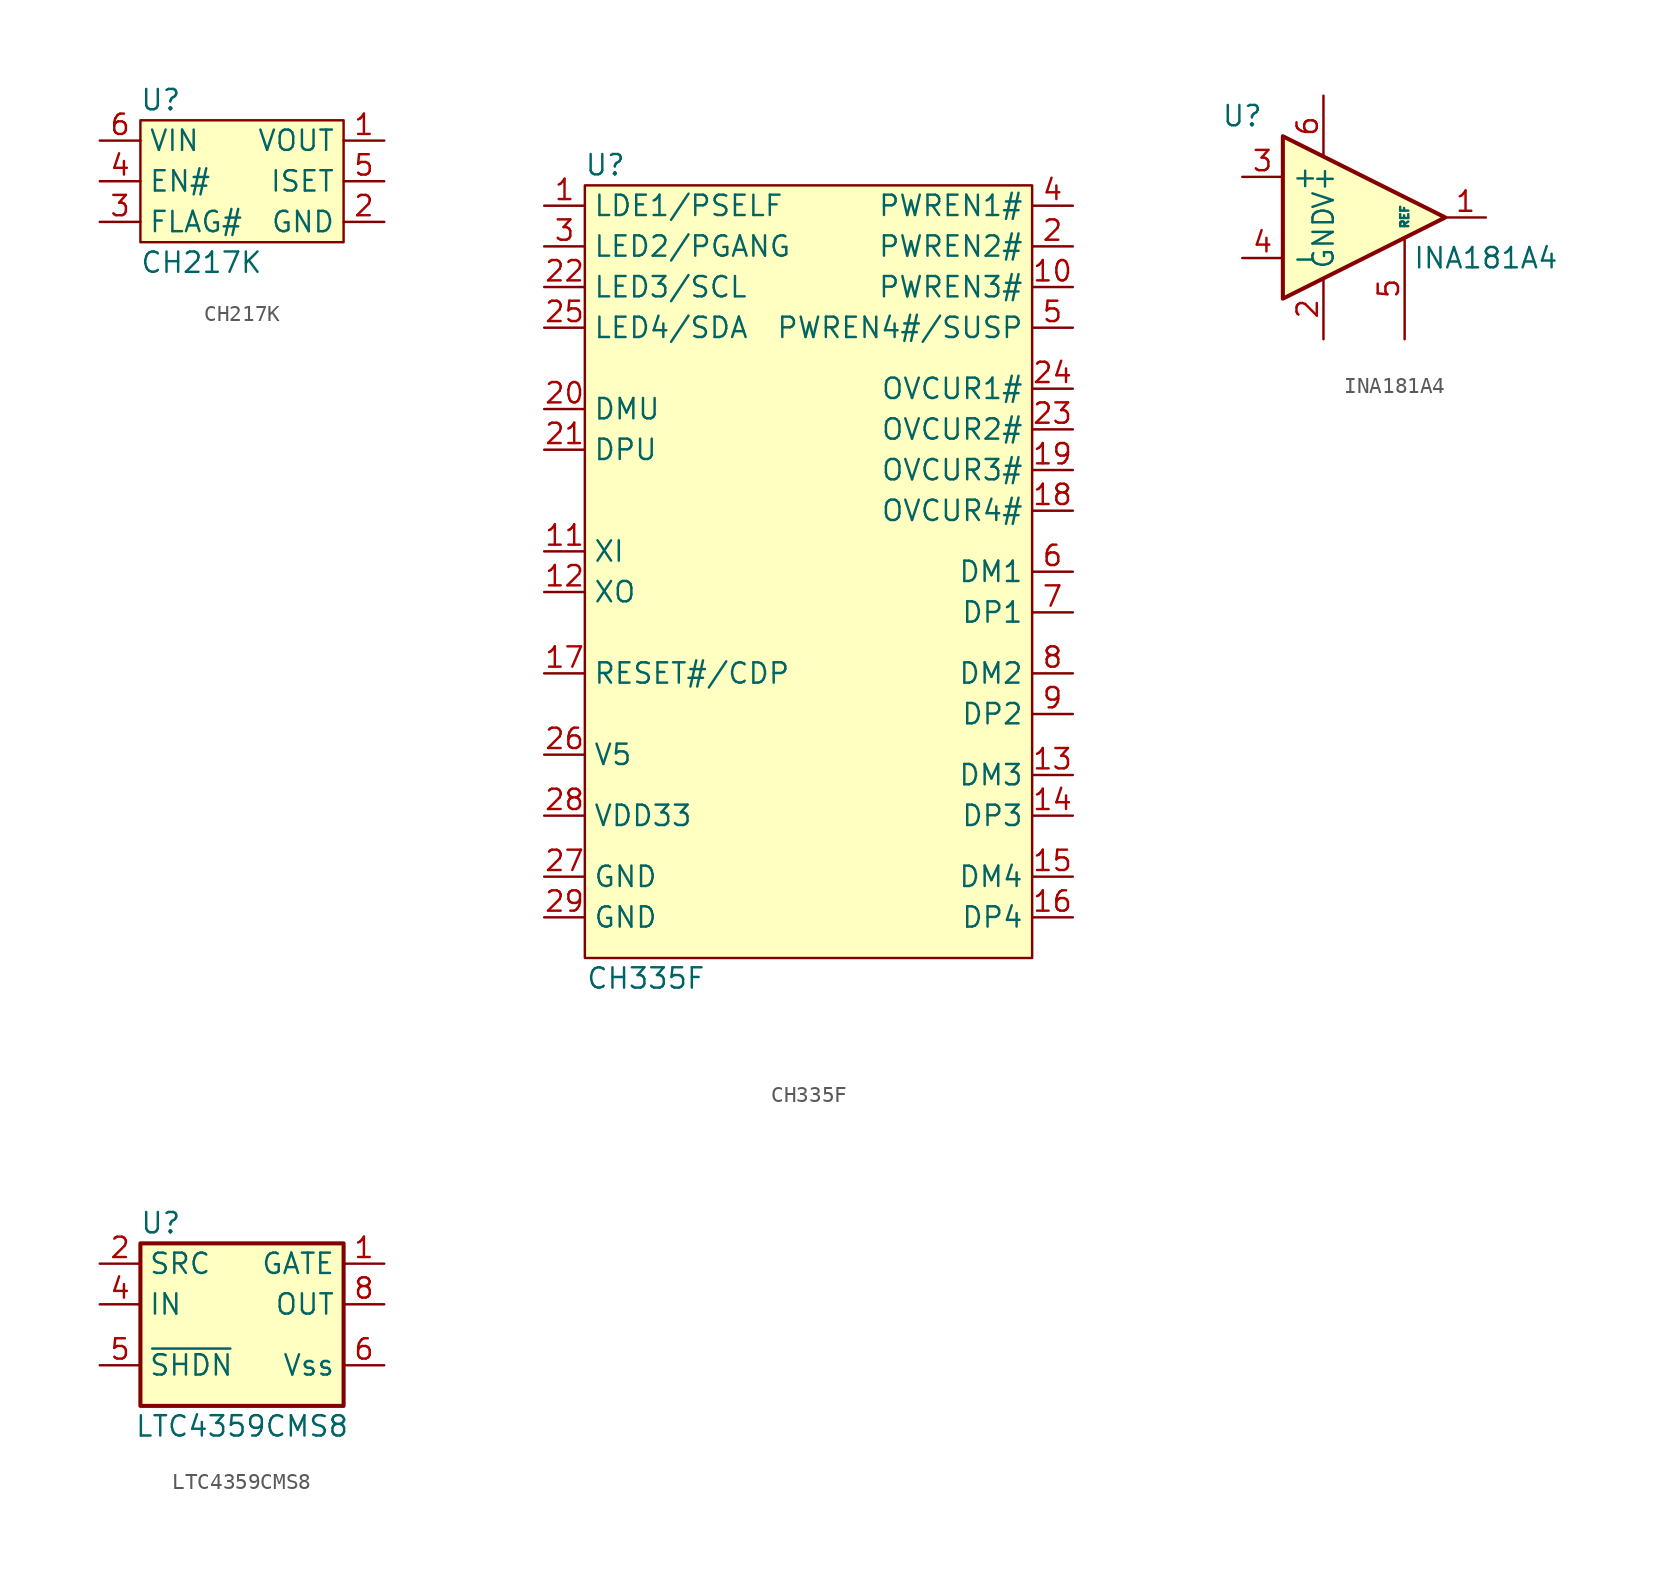
<source format=kicad_sym>
(kicad_symbol_lib
  (version 20220914)
  (generator kicad_symbol_editor)
  (symbol "CH217K"
    (property "Reference" "U"
      (at -5.08 5.08 0)
      (effects (font (size 1.27 1.27))))
    (property "Value" "CH217K"
      (at -2.54 -5.08 0)
      (effects (font (size 1.27 1.27))))
    (symbol "CH217K_0_0"
      (pin passive line (at 8.89 2.54 180) (length 2.54) (name "VOUT" (effects (font (size 1.27 1.27)))) (number "1" (effects (font (size 1.27 1.27)))))
      (pin passive line (at 8.89 -2.54 180) (length 2.54) (name "GND" (effects (font (size 1.27 1.27)))) (number "2" (effects (font (size 1.27 1.27)))))
      (pin output line (at -8.89 -2.54 0) (length 2.54) (name "FLAG#" (effects (font (size 1.27 1.27)))) (number "3" (effects (font (size 1.27 1.27)))))
      (pin input line (at -8.89 0 0) (length 2.54) (name "EN#" (effects (font (size 1.27 1.27)))) (number "4" (effects (font (size 1.27 1.27)))))
      (pin passive line (at 8.89 0 180) (length 2.54) (name "ISET" (effects (font (size 1.27 1.27)))) (number "5" (effects (font (size 1.27 1.27)))))
      (pin passive line (at -8.89 2.54 0) (length 2.54) (name "VIN" (effects (font (size 1.27 1.27)))) (number "6" (effects (font (size 1.27 1.27))))))
    (symbol "CH217K_1_1"
      (rectangle (start -6.35 3.81) (end 6.35 -3.81) (stroke (width 0) (type default)) (fill (type background)))))
  (symbol "CH335F"
    (property "Reference" "U"
      (at -12.7 25.4 0)
      (effects (font (size 1.27 1.27))))
    (property "Value" "CH335F"
      (at -10.16 -25.4 0)
      (effects (font (size 1.27 1.27))))
    (symbol "CH335F_1_0"
      (pin output line (at 16.51 17.78 180) (length 2.54) (name "PWREN3#" (effects (font (size 1.27 1.27)))) (number "10" (effects (font (size 1.27 1.27)))))
      (pin passive line (at -16.51 1.27 0) (length 2.54) (name "XI" (effects (font (size 1.27 1.27)))) (number "11" (effects (font (size 1.27 1.27)))))
      (pin passive line (at -16.51 -1.27 0) (length 2.54) (name "XO" (effects (font (size 1.27 1.27)))) (number "12" (effects (font (size 1.27 1.27)))))
      (pin bidirectional line (at 16.51 -12.7 180) (length 2.54) (name "DM3" (effects (font (size 1.27 1.27)))) (number "13" (effects (font (size 1.27 1.27)))))
      (pin bidirectional line (at 16.51 -15.24 180) (length 2.54) (name "DP3" (effects (font (size 1.27 1.27)))) (number "14" (effects (font (size 1.27 1.27)))))
      (pin bidirectional line (at 16.51 -19.05 180) (length 2.54) (name "DM4" (effects (font (size 1.27 1.27)))) (number "15" (effects (font (size 1.27 1.27)))))
      (pin bidirectional line (at 16.51 -21.59 180) (length 2.54) (name "DP4" (effects (font (size 1.27 1.27)))) (number "16" (effects (font (size 1.27 1.27)))))
      (pin bidirectional line (at -16.51 -6.35 0) (length 2.54) (name "RESET#/CDP" (effects (font (size 1.27 1.27)))) (number "17" (effects (font (size 1.27 1.27)))))
      (pin input line (at 16.51 3.81 180) (length 2.54) (name "OVCUR4#" (effects (font (size 1.27 1.27)))) (number "18" (effects (font (size 1.27 1.27)))))
      (pin input line (at 16.51 6.35 180) (length 2.54) (name "OVCUR3#" (effects (font (size 1.27 1.27)))) (number "19" (effects (font (size 1.27 1.27)))))
      (pin output line (at 16.51 20.32 180) (length 2.54) (name "PWREN2#" (effects (font (size 1.27 1.27)))) (number "2" (effects (font (size 1.27 1.27)))))
      (pin bidirectional line (at -16.51 10.16 0) (length 2.54) (name "DMU" (effects (font (size 1.27 1.27)))) (number "20" (effects (font (size 1.27 1.27)))))
      (pin bidirectional line (at -16.51 7.62 0) (length 2.54) (name "DPU" (effects (font (size 1.27 1.27)))) (number "21" (effects (font (size 1.27 1.27)))))
      (pin bidirectional line (at -16.51 17.78 0) (length 2.54) (name "LED3/SCL" (effects (font (size 1.27 1.27)))) (number "22" (effects (font (size 1.27 1.27)))))
      (pin input line (at 16.51 8.89 180) (length 2.54) (name "OVCUR2#" (effects (font (size 1.27 1.27)))) (number "23" (effects (font (size 1.27 1.27)))))
      (pin input line (at 16.51 11.43 180) (length 2.54) (name "OVCUR1#" (effects (font (size 1.27 1.27)))) (number "24" (effects (font (size 1.27 1.27)))))
      (pin bidirectional line (at -16.51 15.24 0) (length 2.54) (name "LED4/SDA" (effects (font (size 1.27 1.27)))) (number "25" (effects (font (size 1.27 1.27)))))
      (pin passive line (at -16.51 -11.43 0) (length 2.54) (name "V5" (effects (font (size 1.27 1.27)))) (number "26" (effects (font (size 1.27 1.27)))))
      (pin passive line (at -16.51 -19.05 0) (length 2.54) (name "GND" (effects (font (size 1.27 1.27)))) (number "27" (effects (font (size 1.27 1.27)))))
      (pin passive line (at -16.51 -15.24 0) (length 2.54) (name "VDD33" (effects (font (size 1.27 1.27)))) (number "28" (effects (font (size 1.27 1.27)))))
      (pin passive line (at -16.51 -21.59 0) (length 2.54) (name "GND" (effects (font (size 1.27 1.27)))) (number "29" (effects (font (size 1.27 1.27)))))
      (pin bidirectional line (at -16.51 20.32 0) (length 2.54) (name "LED2/PGANG" (effects (font (size 1.27 1.27)))) (number "3" (effects (font (size 1.27 1.27)))))
      (pin output line (at 16.51 22.86 180) (length 2.54) (name "PWREN1#" (effects (font (size 1.27 1.27)))) (number "4" (effects (font (size 1.27 1.27)))))
      (pin output line (at 16.51 15.24 180) (length 2.54) (name "PWREN4#/SUSP" (effects (font (size 1.27 1.27)))) (number "5" (effects (font (size 1.27 1.27)))))
      (pin bidirectional line (at 16.51 0 180) (length 2.54) (name "DM1" (effects (font (size 1.27 1.27)))) (number "6" (effects (font (size 1.27 1.27)))))
      (pin bidirectional line (at 16.51 -2.54 180) (length 2.54) (name "DP1" (effects (font (size 1.27 1.27)))) (number "7" (effects (font (size 1.27 1.27)))))
      (pin bidirectional line (at 16.51 -6.35 180) (length 2.54) (name "DM2" (effects (font (size 1.27 1.27)))) (number "8" (effects (font (size 1.27 1.27)))))
      (pin bidirectional line (at 16.51 -8.89 180) (length 2.54) (name "DP2" (effects (font (size 1.27 1.27)))) (number "9" (effects (font (size 1.27 1.27))))))
    (symbol "CH335F_1_1"
      (rectangle (start -13.97 24.13) (end 13.97 -24.13) (stroke (width 0) (type default)) (fill (type background)))
      (pin bidirectional line (at -16.51 22.86 0) (length 2.54) (name "LDE1/PSELF" (effects (font (size 1.27 1.27)))) (number "1" (effects (font (size 1.27 1.27)))))))
  (symbol "INA181A4"
    (property "Reference" "U"
      (at -5.08 6.35 0)
      (effects (font (size 1.27 1.27))))
    (property "Value" "INA181A4"
      (at 10.16 -2.54 0)
      (effects (font (size 1.27 1.27))))
    (symbol "INA181A4_0_1"
      (polyline (pts (xy 7.62 0) (xy -2.54 5.08) (xy -2.54 -5.08) (xy 7.62 0)) (stroke (width 0.254) (type default)) (fill (type background))))
    (symbol "INA181A4_1_1"
      (pin output line (at 10.16 0 180) (length 2.54) (name "~" (effects (font (size 1.27 1.27)))) (number "1" (effects (font (size 1.27 1.27)))))
      (pin passive line (at 0 -7.62 90) (length 3.81) (name "GND" (effects (font (size 1.27 1.27)))) (number "2" (effects (font (size 1.27 1.27)))))
      (pin input line (at -5.08 2.54 0) (length 2.54) (name "+" (effects (font (size 1.27 1.27)))) (number "3" (effects (font (size 1.27 1.27)))))
      (pin input line (at -5.08 -2.54 0) (length 2.54) (name "-" (effects (font (size 1.27 1.27)))) (number "4" (effects (font (size 1.27 1.27)))))
      (pin input line (at 5.08 -7.62 90) (length 6.35) (name "REF" (effects (font (size 0.508 0.508)))) (number "5" (effects (font (size 1.27 1.27)))))
      (pin passive line (at 0 7.62 270) (length 3.81) (name "V+" (effects (font (size 1.27 1.27)))) (number "6" (effects (font (size 1.27 1.27)))))))
  (symbol "LTC4359CMS8"
    (property "Reference" "U"
      (at -5.08 6.35 0)
      (effects (font (size 1.27 1.27))))
    (property "Value" "LTC4359CMS8"
      (at 0 -6.35 0)
      (effects (font (size 1.27 1.27))))
    (symbol "LTC4359CMS8_0_1"
      (rectangle (start -6.35 5.08) (end 6.35 -5.08) (stroke (width 0.254) (type default)) (fill (type background))))
    (symbol "LTC4359CMS8_1_1"
      (pin output line (at 8.89 3.81 180) (length 2.54) (name "GATE" (effects (font (size 1.27 1.27)))) (number "1" (effects (font (size 1.27 1.27)))))
      (pin input line (at -8.89 3.81 0) (length 2.54) (name "SRC" (effects (font (size 1.27 1.27)))) (number "2" (effects (font (size 1.27 1.27)))))
      (pin no_connect line (at -8.89 -3.81 0) (length 2.54) hide (name "NC" (effects (font (size 1.27 1.27)))) (number "3" (effects (font (size 1.27 1.27)))))
      (pin passive line (at -8.89 1.27 0) (length 2.54) (name "IN" (effects (font (size 1.27 1.27)))) (number "4" (effects (font (size 1.27 1.27)))))
      (pin input line (at -8.89 -2.54 0) (length 2.54) (name "~{SHDN}" (effects (font (size 1.27 1.27)))) (number "5" (effects (font (size 1.27 1.27)))))
      (pin passive line (at 8.89 -2.54 180) (length 2.54) (name "Vss" (effects (font (size 1.27 1.27)))) (number "6" (effects (font (size 1.27 1.27)))))
      (pin no_connect line (at 8.89 -3.81 180) (length 2.54) hide (name "NC" (effects (font (size 1.27 1.27)))) (number "7" (effects (font (size 1.27 1.27)))))
      (pin input line (at 8.89 1.27 180) (length 2.54) (name "OUT" (effects (font (size 1.27 1.27)))) (number "8" (effects (font (size 1.27 1.27))))))))
</source>
